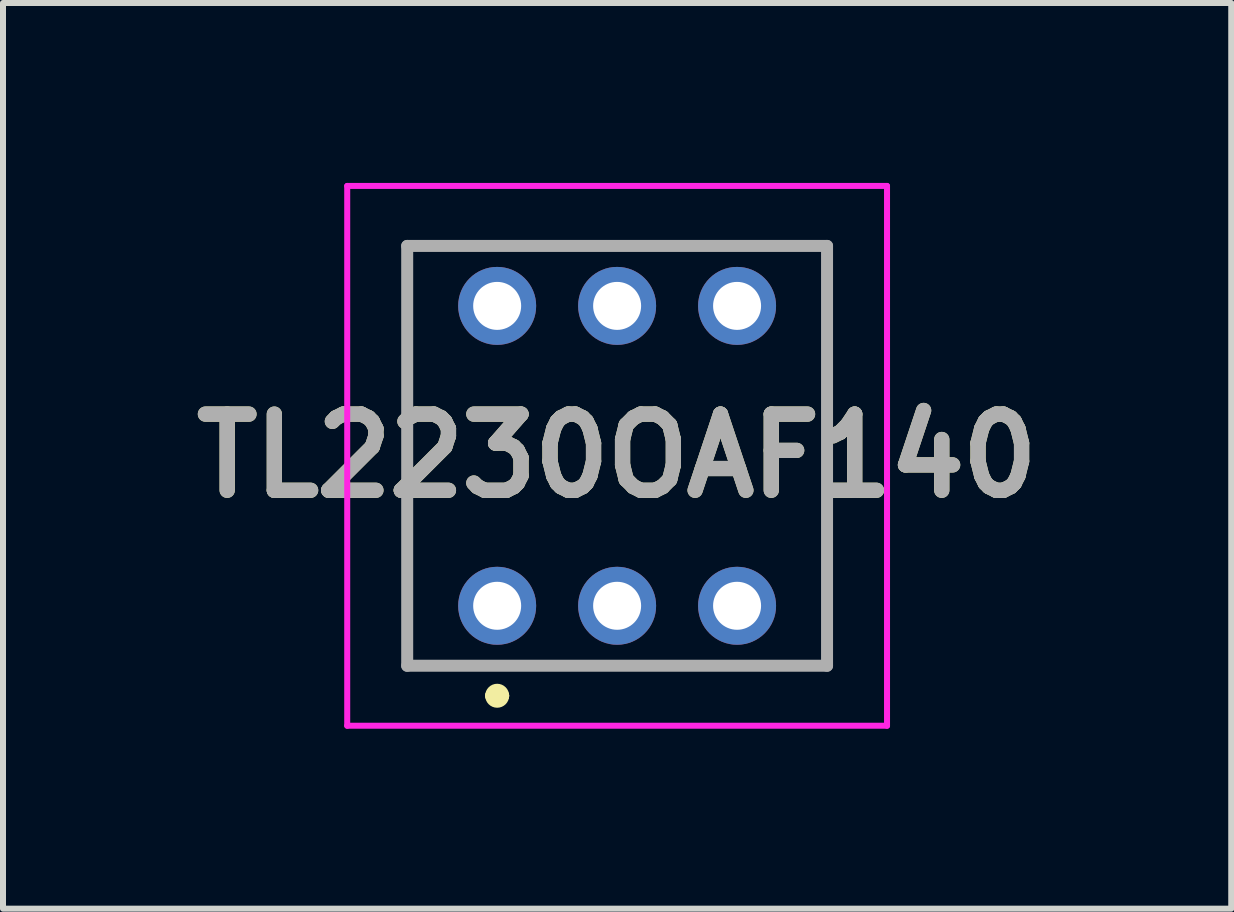
<source format=kicad_pcb>
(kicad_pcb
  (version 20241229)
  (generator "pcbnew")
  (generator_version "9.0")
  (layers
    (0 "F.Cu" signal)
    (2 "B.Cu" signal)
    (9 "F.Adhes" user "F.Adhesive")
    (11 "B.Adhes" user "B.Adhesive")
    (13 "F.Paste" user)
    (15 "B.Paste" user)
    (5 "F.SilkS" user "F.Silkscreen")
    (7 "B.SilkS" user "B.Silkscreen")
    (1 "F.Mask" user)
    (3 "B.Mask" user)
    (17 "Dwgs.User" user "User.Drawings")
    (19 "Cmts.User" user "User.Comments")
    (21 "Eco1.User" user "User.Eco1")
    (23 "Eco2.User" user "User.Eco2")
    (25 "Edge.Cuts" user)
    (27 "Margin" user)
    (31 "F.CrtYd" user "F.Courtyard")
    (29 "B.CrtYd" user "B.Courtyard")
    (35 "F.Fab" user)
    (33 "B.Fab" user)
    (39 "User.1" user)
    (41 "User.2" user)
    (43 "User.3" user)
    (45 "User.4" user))
  (footprint "TL2230OAF140"
    (layer "F.Cu")
    (at 5.239 7.05)
    (property "Reference" "TL2230OAF140" (at 2 -2.5 0) (layer "F.SilkS") (effects (font (size 1.27 1.27) (thickness 0.254))))
    (attr through_hole)
    (fp_line (start -1.5 -6) (end 5.5 -6) (stroke (width 0.1) (type solid)) (layer "F.SilkS"))
    (fp_line (start -1.5 1) (end -1.5 -6) (stroke (width 0.1) (type solid)) (layer "F.SilkS"))
    (fp_line (start -0.1 1.5) (end -0.1 1.5) (stroke (width 0.2) (type solid)) (layer "F.SilkS"))
    (fp_line (start 0.1 1.5) (end 0.1 1.5) (stroke (width 0.2) (type solid)) (layer "F.SilkS"))
    (fp_line (start 5.5 -6) (end 5.5 1) (stroke (width 0.1) (type solid)) (layer "F.SilkS"))
    (fp_line (start 5.5 1) (end -1.5 1) (stroke (width 0.1) (type solid)) (layer "F.SilkS"))
    (fp_arc (start -0.1 1.5) (mid 0 1.4) (end 0.1 1.5) (stroke (width 0.2) (type solid)) (layer "F.SilkS"))
    (fp_arc (start 0.1 1.5) (mid 0 1.6) (end -0.1 1.5) (stroke (width 0.2) (type solid)) (layer "F.SilkS"))
    (fp_line (start -2.5 -7) (end 6.5 -7) (stroke (width 0.1) (type solid)) (layer "F.CrtYd"))
    (fp_line (start -2.5 2) (end -2.5 -7) (stroke (width 0.1) (type solid)) (layer "F.CrtYd"))
    (fp_line (start 6.5 -7) (end 6.5 2) (stroke (width 0.1) (type solid)) (layer "F.CrtYd"))
    (fp_line (start 6.5 2) (end -2.5 2) (stroke (width 0.1) (type solid)) (layer "F.CrtYd"))
    (fp_line (start -1.5 -6) (end 5.5 -6) (stroke (width 0.2) (type solid)) (layer "F.Fab"))
    (fp_line (start -1.5 1) (end -1.5 -6) (stroke (width 0.2) (type solid)) (layer "F.Fab"))
    (fp_line (start 5.5 -6) (end 5.5 1) (stroke (width 0.2) (type solid)) (layer "F.Fab"))
    (fp_line (start 5.5 1) (end -1.5 1) (stroke (width 0.2) (type solid)) (layer "F.Fab"))
    (fp_text user "${REFERENCE}" (at 2 -2.5 0) (layer "F.Fab") (effects (font (size 1.27 1.27) (thickness 0.254))))
    (pad "1" thru_hole circle (at 0 0) (size 1.3 1.3) (drill 0.8) (layers "*.Cu" "*.Mask"))
    (pad "2" thru_hole circle (at 2 0) (size 1.3 1.3) (drill 0.8) (layers "*.Cu" "*.Mask"))
    (pad "3" thru_hole circle (at 4 0) (size 1.3 1.3) (drill 0.8) (layers "*.Cu" "*.Mask"))
    (pad "4" thru_hole circle (at 0 -5) (size 1.3 1.3) (drill 0.8) (layers "*.Cu" "*.Mask"))
    (pad "5" thru_hole circle (at 2 -5) (size 1.3 1.3) (drill 0.8) (layers "*.Cu" "*.Mask"))
    (pad "6" thru_hole circle (at 4 -5) (size 1.3 1.3) (drill 0.8) (layers "*.Cu" "*.Mask")))
  (gr_rect
    (start -3 -3)
    (end 17.478 12.1)
    (stroke (width 0.1) (type default))
    (fill no)
    (layer "Edge.Cuts")))
</source>
